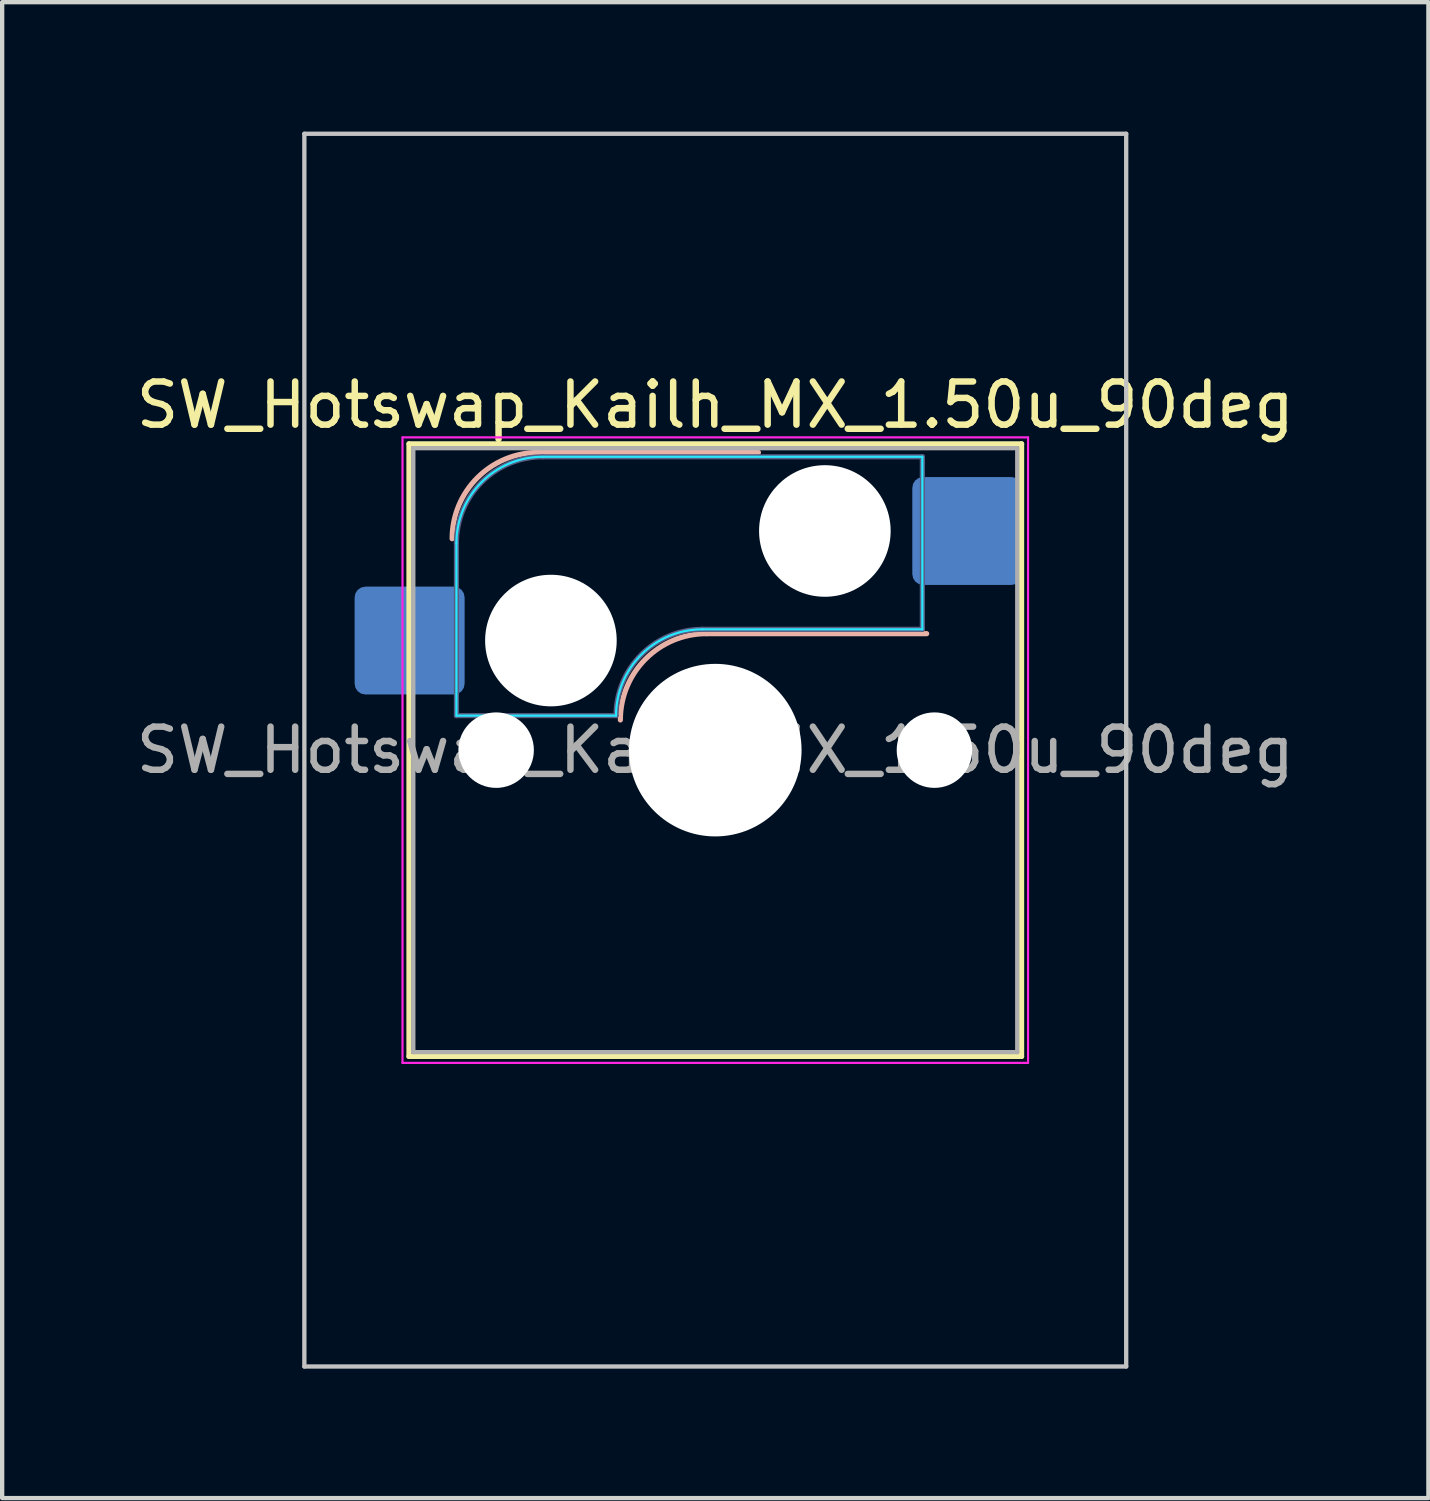
<source format=kicad_pcb>
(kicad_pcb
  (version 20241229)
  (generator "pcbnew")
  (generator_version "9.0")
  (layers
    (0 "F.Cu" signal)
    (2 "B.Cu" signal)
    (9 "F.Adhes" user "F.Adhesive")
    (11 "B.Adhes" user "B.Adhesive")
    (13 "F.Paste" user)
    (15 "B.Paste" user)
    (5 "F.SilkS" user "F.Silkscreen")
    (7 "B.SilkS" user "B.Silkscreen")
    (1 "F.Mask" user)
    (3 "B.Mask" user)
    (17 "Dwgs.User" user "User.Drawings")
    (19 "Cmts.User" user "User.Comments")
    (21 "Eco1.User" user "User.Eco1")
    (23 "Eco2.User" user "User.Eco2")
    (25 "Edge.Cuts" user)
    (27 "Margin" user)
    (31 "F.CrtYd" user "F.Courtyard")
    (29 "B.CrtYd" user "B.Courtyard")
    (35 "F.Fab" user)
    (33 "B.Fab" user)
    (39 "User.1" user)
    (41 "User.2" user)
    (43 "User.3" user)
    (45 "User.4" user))
  (footprint "SW_Hotswap_Kailh_MX_1.50u_90deg"
    (layer "F.Cu")
    (at 13.53 14.338)
    (property "Reference" "SW_Hotswap_Kailh_MX_1.50u_90deg" (at 0 -8 0) (layer "F.SilkS") (effects (font (size 1 1) (thickness 0.15))))
    (attr smd)
    (fp_line (start -7.1 -7.1) (end -7.1 7.1) (stroke (width 0.12) (type solid)) (layer "F.SilkS"))
    (fp_line (start -7.1 7.1) (end 7.1 7.1) (stroke (width 0.12) (type solid)) (layer "F.SilkS"))
    (fp_line (start 7.1 -7.1) (end -7.1 -7.1) (stroke (width 0.12) (type solid)) (layer "F.SilkS"))
    (fp_line (start 7.1 7.1) (end 7.1 -7.1) (stroke (width 0.12) (type solid)) (layer "F.SilkS"))
    (fp_line (start -4.1 -6.9) (end 1 -6.9) (stroke (width 0.12) (type solid)) (layer "B.SilkS"))
    (fp_line (start -0.2 -2.7) (end 4.9 -2.7) (stroke (width 0.12) (type solid)) (layer "B.SilkS"))
    (fp_arc (start -6.1 -4.9) (mid -5.514214 -6.314214) (end -4.1 -6.9) (stroke (width 0.12) (type solid)) (layer "B.SilkS"))
    (fp_arc (start -2.2 -0.7) (mid -1.614214 -2.114214) (end -0.2 -2.7) (stroke (width 0.12) (type solid)) (layer "B.SilkS"))
    (fp_line (start -9.525 -14.287) (end 9.525 -14.287) (stroke (width 0.1) (type solid)) (layer "Dwgs.User"))
    (fp_line (start -9.525 14.287) (end -9.525 -14.287) (stroke (width 0.1) (type solid)) (layer "Dwgs.User"))
    (fp_line (start 9.525 -14.287) (end 9.525 14.287) (stroke (width 0.1) (type solid)) (layer "Dwgs.User"))
    (fp_line (start 9.525 14.287) (end -9.525 14.287) (stroke (width 0.1) (type solid)) (layer "Dwgs.User"))
    (fp_line (start -7.8 -6) (end -7 -6) (stroke (width 0.1) (type solid)) (layer "Eco1.User"))
    (fp_line (start -7.8 -2.9) (end -7.8 -6) (stroke (width 0.1) (type solid)) (layer "Eco1.User"))
    (fp_line (start -7.8 2.9) (end -7 2.9) (stroke (width 0.1) (type solid)) (layer "Eco1.User"))
    (fp_line (start -7.8 6) (end -7.8 2.9) (stroke (width 0.1) (type solid)) (layer "Eco1.User"))
    (fp_line (start -7 -7) (end 7 -7) (stroke (width 0.1) (type solid)) (layer "Eco1.User"))
    (fp_line (start -7 -6) (end -7 -7) (stroke (width 0.1) (type solid)) (layer "Eco1.User"))
    (fp_line (start -7 -2.9) (end -7.8 -2.9) (stroke (width 0.1) (type solid)) (layer "Eco1.User"))
    (fp_line (start -7 2.9) (end -7 -2.9) (stroke (width 0.1) (type solid)) (layer "Eco1.User"))
    (fp_line (start -7 6) (end -7.8 6) (stroke (width 0.1) (type solid)) (layer "Eco1.User"))
    (fp_line (start -7 7) (end -7 6) (stroke (width 0.1) (type solid)) (layer "Eco1.User"))
    (fp_line (start 7 -7) (end 7 -6) (stroke (width 0.1) (type solid)) (layer "Eco1.User"))
    (fp_line (start 7 -6) (end 7.8 -6) (stroke (width 0.1) (type solid)) (layer "Eco1.User"))
    (fp_line (start 7 -2.9) (end 7 2.9) (stroke (width 0.1) (type solid)) (layer "Eco1.User"))
    (fp_line (start 7 2.9) (end 7.8 2.9) (stroke (width 0.1) (type solid)) (layer "Eco1.User"))
    (fp_line (start 7 6) (end 7 7) (stroke (width 0.1) (type solid)) (layer "Eco1.User"))
    (fp_line (start 7 7) (end -7 7) (stroke (width 0.1) (type solid)) (layer "Eco1.User"))
    (fp_line (start 7.8 -6) (end 7.8 -2.9) (stroke (width 0.1) (type solid)) (layer "Eco1.User"))
    (fp_line (start 7.8 -2.9) (end 7 -2.9) (stroke (width 0.1) (type solid)) (layer "Eco1.User"))
    (fp_line (start 7.8 2.9) (end 7.8 6) (stroke (width 0.1) (type solid)) (layer "Eco1.User"))
    (fp_line (start 7.8 6) (end 7 6) (stroke (width 0.1) (type solid)) (layer "Eco1.User"))
    (fp_line (start -6 -0.8) (end -6 -4.8) (stroke (width 0.05) (type solid)) (layer "B.CrtYd"))
    (fp_line (start -6 -0.8) (end -2.3 -0.8) (stroke (width 0.05) (type solid)) (layer "B.CrtYd"))
    (fp_line (start -4 -6.8) (end 4.8 -6.8) (stroke (width 0.05) (type solid)) (layer "B.CrtYd"))
    (fp_line (start -0.3 -2.8) (end 4.8 -2.8) (stroke (width 0.05) (type solid)) (layer "B.CrtYd"))
    (fp_line (start 4.8 -6.8) (end 4.8 -2.8) (stroke (width 0.05) (type solid)) (layer "B.CrtYd"))
    (fp_arc (start -6 -4.8) (mid -5.414214 -6.214214) (end -4 -6.8) (stroke (width 0.05) (type solid)) (layer "B.CrtYd"))
    (fp_arc (start -2.3 -0.8) (mid -1.714214 -2.214214) (end -0.3 -2.8) (stroke (width 0.05) (type solid)) (layer "B.CrtYd"))
    (fp_line (start -7.25 -7.25) (end -7.25 7.25) (stroke (width 0.05) (type solid)) (layer "F.CrtYd"))
    (fp_line (start -7.25 7.25) (end 7.25 7.25) (stroke (width 0.05) (type solid)) (layer "F.CrtYd"))
    (fp_line (start 7.25 -7.25) (end -7.25 -7.25) (stroke (width 0.05) (type solid)) (layer "F.CrtYd"))
    (fp_line (start 7.25 7.25) (end 7.25 -7.25) (stroke (width 0.05) (type solid)) (layer "F.CrtYd"))
    (fp_line (start -6 -0.8) (end -6 -4.8) (stroke (width 0.12) (type solid)) (layer "B.Fab"))
    (fp_line (start -6 -0.8) (end -2.3 -0.8) (stroke (width 0.12) (type solid)) (layer "B.Fab"))
    (fp_line (start -4 -6.8) (end 4.8 -6.8) (stroke (width 0.12) (type solid)) (layer "B.Fab"))
    (fp_line (start -0.3 -2.8) (end 4.8 -2.8) (stroke (width 0.12) (type solid)) (layer "B.Fab"))
    (fp_line (start 4.8 -6.8) (end 4.8 -2.8) (stroke (width 0.12) (type solid)) (layer "B.Fab"))
    (fp_arc (start -6 -4.8) (mid -5.414214 -6.214214) (end -4 -6.8) (stroke (width 0.12) (type solid)) (layer "B.Fab"))
    (fp_arc (start -2.3 -0.8) (mid -1.714214 -2.214214) (end -0.3 -2.8) (stroke (width 0.12) (type solid)) (layer "B.Fab"))
    (fp_line (start -7 -7) (end -7 7) (stroke (width 0.1) (type solid)) (layer "F.Fab"))
    (fp_line (start -7 7) (end 7 7) (stroke (width 0.1) (type solid)) (layer "F.Fab"))
    (fp_line (start 7 -7) (end -7 -7) (stroke (width 0.1) (type solid)) (layer "F.Fab"))
    (fp_line (start 7 7) (end 7 -7) (stroke (width 0.1) (type solid)) (layer "F.Fab"))
    (fp_text user "${REFERENCE}" (at 0 0 0) (layer "F.Fab") (effects (font (size 1 1) (thickness 0.15))))
    (pad "" np_thru_hole circle (at -5.08 0) (size 1.75 1.75) (drill 1.75) (layers "*.Cu" "*.Mask"))
    (pad "" np_thru_hole circle (at -3.81 -2.54) (size 3.05 3.05) (drill 3.05) (layers "*.Cu" "*.Mask"))
    (pad "" np_thru_hole circle (at 0 0) (size 4 4) (drill 4) (layers "*.Cu" "*.Mask"))
    (pad "" np_thru_hole circle (at 2.54 -5.08) (size 3.05 3.05) (drill 3.05) (layers "*.Cu" "*.Mask"))
    (pad "" np_thru_hole circle (at 5.08 0) (size 1.75 1.75) (drill 1.75) (layers "*.Cu" "*.Mask"))
    (pad "1" smd roundrect (at -7.085 -2.54) (size 2.55 2.5) (layers "B.Cu" "B.Mask" "B.Paste") (roundrect_rratio 0.1))
    (pad "2" smd roundrect (at 5.842 -5.08) (size 2.55 2.5) (layers "B.Cu" "B.Mask" "B.Paste") (roundrect_rratio 0.1)))
  (gr_rect
    (start -3 -3)
    (end 30.06 31.675)
    (stroke (width 0.1) (type default))
    (fill no)
    (layer "Edge.Cuts")))
</source>
